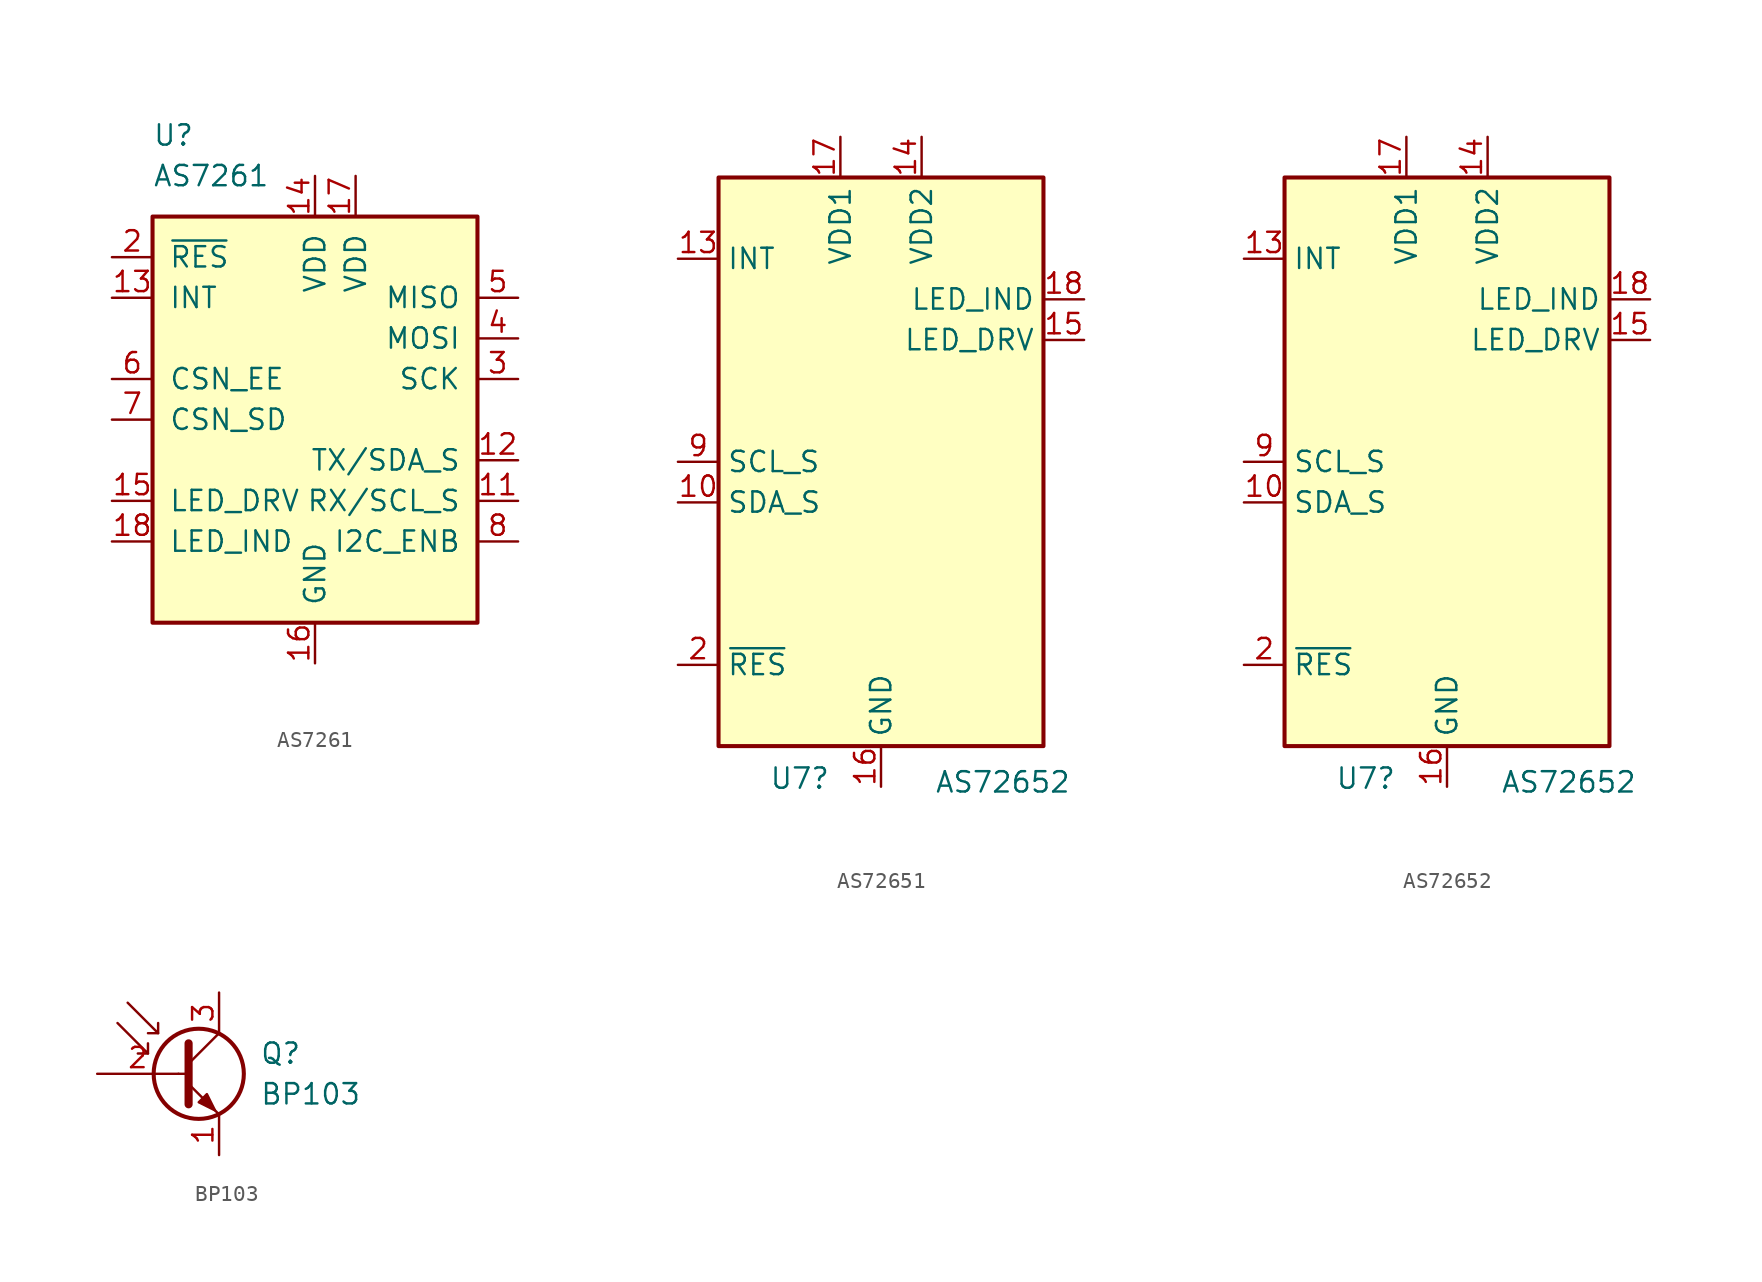
<source format=kicad_sym>
(kicad_symbol_lib
  (version 20211014)
  (generator kicad_symbol_editor)
  (symbol "Sensor_Optical:AS7261"
    (pin_names
      (offset 1.016))
    (property "Reference" "U"
      (at -10.16 17.78 0)
      (effects (font (size 1.27 1.27)) (justify left)))
    (property "Value" "AS7261"
      (at -10.16 15.24 0)
      (effects (font (size 1.27 1.27)) (justify left)))
    (symbol "AS7261_0_1"
      (rectangle (start -10.16 12.7) (end 10.16 -12.7) (stroke (width 0.254) (type default) (color 0 0 0 0)) (fill (type background))))
    (symbol "AS7261_1_1"
      (pin no_connect line (at 12.7 10.16 180) (length 2.54) hide (name "NF" (effects (font (size 1.27 1.27)))) (number "1" (effects (font (size 1.27 1.27)))))
      (pin no_connect line (at -12.7 5.08 0) (length 2.54) hide (name "NF" (effects (font (size 1.27 1.27)))) (number "10" (effects (font (size 1.27 1.27)))))
      (pin input line (at 12.7 -5.08 180) (length 2.54) (name "RX/SCL_S" (effects (font (size 1.27 1.27)))) (number "11" (effects (font (size 1.27 1.27)))))
      (pin bidirectional line (at 12.7 -2.54 180) (length 2.54) (name "TX/SDA_S" (effects (font (size 1.27 1.27)))) (number "12" (effects (font (size 1.27 1.27)))))
      (pin input line (at -12.7 7.62 0) (length 2.54) (name "INT" (effects (font (size 1.27 1.27)))) (number "13" (effects (font (size 1.27 1.27)))))
      (pin power_in line (at 0 15.24 270) (length 2.54) (name "VDD" (effects (font (size 1.27 1.27)))) (number "14" (effects (font (size 1.27 1.27)))))
      (pin output line (at -12.7 -5.08 0) (length 2.54) (name "LED_DRV" (effects (font (size 1.27 1.27)))) (number "15" (effects (font (size 1.27 1.27)))))
      (pin power_in line (at 0 -15.24 90) (length 2.54) (name "GND" (effects (font (size 1.27 1.27)))) (number "16" (effects (font (size 1.27 1.27)))))
      (pin power_in line (at 2.54 15.24 270) (length 2.54) (name "VDD" (effects (font (size 1.27 1.27)))) (number "17" (effects (font (size 1.27 1.27)))))
      (pin output line (at -12.7 -7.62 0) (length 2.54) (name "LED_IND" (effects (font (size 1.27 1.27)))) (number "18" (effects (font (size 1.27 1.27)))))
      (pin no_connect line (at -12.7 -2.54 0) (length 2.54) hide (name "NF" (effects (font (size 1.27 1.27)))) (number "19" (effects (font (size 1.27 1.27)))))
      (pin input line (at -12.7 10.16 0) (length 2.54) (name "~{RES}" (effects (font (size 1.27 1.27)))) (number "2" (effects (font (size 1.27 1.27)))))
      (pin no_connect line (at -12.7 -10.16 0) (length 2.54) hide (name "NF" (effects (font (size 1.27 1.27)))) (number "20" (effects (font (size 1.27 1.27)))))
      (pin input line (at 12.7 2.54 180) (length 2.54) (name "SCK" (effects (font (size 1.27 1.27)))) (number "3" (effects (font (size 1.27 1.27)))))
      (pin bidirectional line (at 12.7 5.08 180) (length 2.54) (name "MOSI" (effects (font (size 1.27 1.27)))) (number "4" (effects (font (size 1.27 1.27)))))
      (pin bidirectional line (at 12.7 7.62 180) (length 2.54) (name "MISO" (effects (font (size 1.27 1.27)))) (number "5" (effects (font (size 1.27 1.27)))))
      (pin input line (at -12.7 2.54 0) (length 2.54) (name "CSN_EE" (effects (font (size 1.27 1.27)))) (number "6" (effects (font (size 1.27 1.27)))))
      (pin input line (at -12.7 0 0) (length 2.54) (name "CSN_SD" (effects (font (size 1.27 1.27)))) (number "7" (effects (font (size 1.27 1.27)))))
      (pin input line (at 12.7 -7.62 180) (length 2.54) (name "I2C_ENB" (effects (font (size 1.27 1.27)))) (number "8" (effects (font (size 1.27 1.27)))))
      (pin no_connect line (at 12.7 -10.16 180) (length 2.54) hide (name "NF" (effects (font (size 1.27 1.27)))) (number "9" (effects (font (size 1.27 1.27)))))))
  (symbol "Sensor_Optical:AS72651"
    (property "Reference" "U7"
      (at -5.08 -19.803 0)
      (effects (font (size 1.27 1.27))))
    (property "Value" "AS72652"
      (at 7.62 -20.038 0)
      (effects (font (size 1.27 1.27))))
    (symbol "AS72651_0_1"
      (rectangle (start 10.16 -17.78) (end -10.16 17.78) (stroke (width 0.254) (type default) (color 0 0 0 0)) (fill (type background))))
    (symbol "AS72651_1_1"
      (pin no_connect line (at -12.7 -5.08 0) (length 2.54) hide (name "NC" (effects (font (size 1.27 1.27)))) (number "1" (effects (font (size 1.27 1.27)))))
      (pin bidirectional line (at -12.7 -2.54 0) (length 2.54) (name "SDA_S" (effects (font (size 1.27 1.27)))) (number "10" (effects (font (size 1.27 1.27)))))
      (pin no_connect line (at -12.7 10.16 0) (length 2.54) hide (name "NC" (effects (font (size 1.27 1.27)))) (number "11" (effects (font (size 1.27 1.27)))))
      (pin no_connect line (at -12.7 7.62 0) (length 2.54) hide (name "NC" (effects (font (size 1.27 1.27)))) (number "12" (effects (font (size 1.27 1.27)))))
      (pin output line (at -12.7 12.7 0) (length 2.54) (name "INT" (effects (font (size 1.27 1.27)))) (number "13" (effects (font (size 1.27 1.27)))))
      (pin power_in line (at 2.54 20.32 270) (length 2.54) (name "VDD2" (effects (font (size 1.27 1.27)))) (number "14" (effects (font (size 1.27 1.27)))))
      (pin output line (at 12.7 7.62 180) (length 2.54) (name "LED_DRV" (effects (font (size 1.27 1.27)))) (number "15" (effects (font (size 1.27 1.27)))))
      (pin power_in line (at 0 -20.32 90) (length 2.54) (name "GND" (effects (font (size 1.27 1.27)))) (number "16" (effects (font (size 1.27 1.27)))))
      (pin power_in line (at -2.54 20.32 270) (length 2.54) (name "VDD1" (effects (font (size 1.27 1.27)))) (number "17" (effects (font (size 1.27 1.27)))))
      (pin output line (at 12.7 10.16 180) (length 2.54) (name "LED_IND" (effects (font (size 1.27 1.27)))) (number "18" (effects (font (size 1.27 1.27)))))
      (pin no_connect line (at 12.7 -12.7 180) (length 2.54) hide (name "NC" (effects (font (size 1.27 1.27)))) (number "19" (effects (font (size 1.27 1.27)))))
      (pin input line (at -12.7 -12.7 0) (length 2.54) (name "~{RES}" (effects (font (size 1.27 1.27)))) (number "2" (effects (font (size 1.27 1.27)))))
      (pin no_connect line (at -12.7 -7.62 0) (length 2.54) hide (name "NC" (effects (font (size 1.27 1.27)))) (number "20" (effects (font (size 1.27 1.27)))))
      (pin no_connect line (at 12.7 -5.08 180) (length 2.54) hide (name "NC" (effects (font (size 1.27 1.27)))) (number "3" (effects (font (size 1.27 1.27)))))
      (pin no_connect line (at 12.7 0 180) (length 2.54) hide (name "NC" (effects (font (size 1.27 1.27)))) (number "4" (effects (font (size 1.27 1.27)))))
      (pin no_connect line (at 12.7 -2.54 180) (length 2.54) hide (name "NC" (effects (font (size 1.27 1.27)))) (number "5" (effects (font (size 1.27 1.27)))))
      (pin no_connect line (at 12.7 -7.62 180) (length 2.54) hide (name "NC" (effects (font (size 1.27 1.27)))) (number "6" (effects (font (size 1.27 1.27)))))
      (pin no_connect line (at 12.7 -10.16 180) (length 2.54) hide (name "NC" (effects (font (size 1.27 1.27)))) (number "7" (effects (font (size 1.27 1.27)))))
      (pin no_connect line (at -12.7 5.08 0) (length 2.54) hide (name "NC" (effects (font (size 1.27 1.27)))) (number "8" (effects (font (size 1.27 1.27)))))
      (pin output line (at -12.7 0 0) (length 2.54) (name "SCL_S" (effects (font (size 1.27 1.27)))) (number "9" (effects (font (size 1.27 1.27)))))))
  (symbol "Sensor_Optical:AS72652"
    (property "Reference" "U7"
      (at -5.08 -19.803 0)
      (effects (font (size 1.27 1.27))))
    (property "Value" "AS72652"
      (at 7.62 -20.038 0)
      (effects (font (size 1.27 1.27))))
    (symbol "AS72652_0_1"
      (rectangle (start 10.16 -17.78) (end -10.16 17.78) (stroke (width 0.254) (type default) (color 0 0 0 0)) (fill (type background))))
    (symbol "AS72652_1_1"
      (pin no_connect line (at -12.7 -5.08 0) (length 2.54) hide (name "NC" (effects (font (size 1.27 1.27)))) (number "1" (effects (font (size 1.27 1.27)))))
      (pin bidirectional line (at -12.7 -2.54 0) (length 2.54) (name "SDA_S" (effects (font (size 1.27 1.27)))) (number "10" (effects (font (size 1.27 1.27)))))
      (pin no_connect line (at -12.7 10.16 0) (length 2.54) hide (name "NC" (effects (font (size 1.27 1.27)))) (number "11" (effects (font (size 1.27 1.27)))))
      (pin no_connect line (at -12.7 7.62 0) (length 2.54) hide (name "NC" (effects (font (size 1.27 1.27)))) (number "12" (effects (font (size 1.27 1.27)))))
      (pin output line (at -12.7 12.7 0) (length 2.54) (name "INT" (effects (font (size 1.27 1.27)))) (number "13" (effects (font (size 1.27 1.27)))))
      (pin power_in line (at 2.54 20.32 270) (length 2.54) (name "VDD2" (effects (font (size 1.27 1.27)))) (number "14" (effects (font (size 1.27 1.27)))))
      (pin output line (at 12.7 7.62 180) (length 2.54) (name "LED_DRV" (effects (font (size 1.27 1.27)))) (number "15" (effects (font (size 1.27 1.27)))))
      (pin power_in line (at 0 -20.32 90) (length 2.54) (name "GND" (effects (font (size 1.27 1.27)))) (number "16" (effects (font (size 1.27 1.27)))))
      (pin power_in line (at -2.54 20.32 270) (length 2.54) (name "VDD1" (effects (font (size 1.27 1.27)))) (number "17" (effects (font (size 1.27 1.27)))))
      (pin output line (at 12.7 10.16 180) (length 2.54) (name "LED_IND" (effects (font (size 1.27 1.27)))) (number "18" (effects (font (size 1.27 1.27)))))
      (pin no_connect line (at 12.7 -12.7 180) (length 2.54) hide (name "NC" (effects (font (size 1.27 1.27)))) (number "19" (effects (font (size 1.27 1.27)))))
      (pin input line (at -12.7 -12.7 0) (length 2.54) (name "~{RES}" (effects (font (size 1.27 1.27)))) (number "2" (effects (font (size 1.27 1.27)))))
      (pin no_connect line (at -12.7 -7.62 0) (length 2.54) hide (name "NC" (effects (font (size 1.27 1.27)))) (number "20" (effects (font (size 1.27 1.27)))))
      (pin no_connect line (at 12.7 -5.08 180) (length 2.54) hide (name "NC" (effects (font (size 1.27 1.27)))) (number "3" (effects (font (size 1.27 1.27)))))
      (pin no_connect line (at 12.7 0 180) (length 2.54) hide (name "NC" (effects (font (size 1.27 1.27)))) (number "4" (effects (font (size 1.27 1.27)))))
      (pin no_connect line (at 12.7 -2.54 180) (length 2.54) hide (name "NC" (effects (font (size 1.27 1.27)))) (number "5" (effects (font (size 1.27 1.27)))))
      (pin no_connect line (at 12.7 -7.62 180) (length 2.54) hide (name "NC" (effects (font (size 1.27 1.27)))) (number "6" (effects (font (size 1.27 1.27)))))
      (pin no_connect line (at 12.7 -10.16 180) (length 2.54) hide (name "NC" (effects (font (size 1.27 1.27)))) (number "7" (effects (font (size 1.27 1.27)))))
      (pin no_connect line (at -12.7 5.08 0) (length 2.54) hide (name "NC" (effects (font (size 1.27 1.27)))) (number "8" (effects (font (size 1.27 1.27)))))
      (pin output line (at -12.7 0 0) (length 2.54) (name "SCL_S" (effects (font (size 1.27 1.27)))) (number "9" (effects (font (size 1.27 1.27)))))))
  (symbol "Sensor_Optical:BP103"
    (pin_names
      (offset 0) hide)
    (property "Reference" "Q"
      (at 5.08 1.27 0)
      (effects (font (size 1.27 1.27)) (justify left)))
    (property "Value" "BP103"
      (at 5.08 -1.27 0)
      (effects (font (size 1.27 1.27)) (justify left)))
    (symbol "BP103_0_0"
      (polyline (pts (xy 0 0) (xy 0.635 0)) (stroke (width 0) (type default) (color 0 0 0 0)) (fill (type none))))
    (symbol "BP103_0_1"
      (polyline (pts (xy -1.905 1.27) (xy -2.54 1.27)) (stroke (width 0) (type default) (color 0 0 0 0)) (fill (type none)))
      (polyline (pts (xy -1.27 2.54) (xy -1.905 2.54)) (stroke (width 0) (type default) (color 0 0 0 0)) (fill (type none)))
      (polyline (pts (xy 0.635 0.635) (xy 2.54 2.54)) (stroke (width 0) (type default) (color 0 0 0 0)) (fill (type none)))
      (polyline (pts (xy -3.81 3.175) (xy -1.905 1.27) (xy -1.905 1.905)) (stroke (width 0) (type default) (color 0 0 0 0)) (fill (type none)))
      (polyline (pts (xy -3.175 4.445) (xy -1.27 2.54) (xy -1.27 3.175)) (stroke (width 0) (type default) (color 0 0 0 0)) (fill (type none)))
      (polyline (pts (xy 0.635 -0.635) (xy 2.54 -2.54) (xy 2.54 -2.54)) (stroke (width 0) (type default) (color 0 0 0 0)) (fill (type none)))
      (polyline (pts (xy 0.635 1.905) (xy 0.635 -1.905) (xy 0.635 -1.905)) (stroke (width 0.508) (type default) (color 0 0 0 0)) (fill (type none)))
      (polyline (pts (xy 1.27 -1.778) (xy 1.778 -1.27) (xy 2.286 -2.286) (xy 1.27 -1.778) (xy 1.27 -1.778)) (stroke (width 0) (type default) (color 0 0 0 0)) (fill (type outline)))
      (circle (center 1.27 0) (radius 2.819) (stroke (width 0.254)) (stroke (width 0.254) (type default) (color 0 0 0 0)) (fill (type none))))
    (symbol "BP103_1_1"
      (pin passive line (at 2.54 -5.08 90) (length 2.54) (name "E" (effects (font (size 1.27 1.27)))) (number "1" (effects (font (size 1.27 1.27)))))
      (pin input line (at -5.08 0 0) (length 5.08) (name "B" (effects (font (size 1.27 1.27)))) (number "2" (effects (font (size 1.27 1.27)))))
      (pin passive line (at 2.54 5.08 270) (length 2.54) (name "C" (effects (font (size 1.27 1.27)))) (number "3" (effects (font (size 1.27 1.27))))))))
</source>
